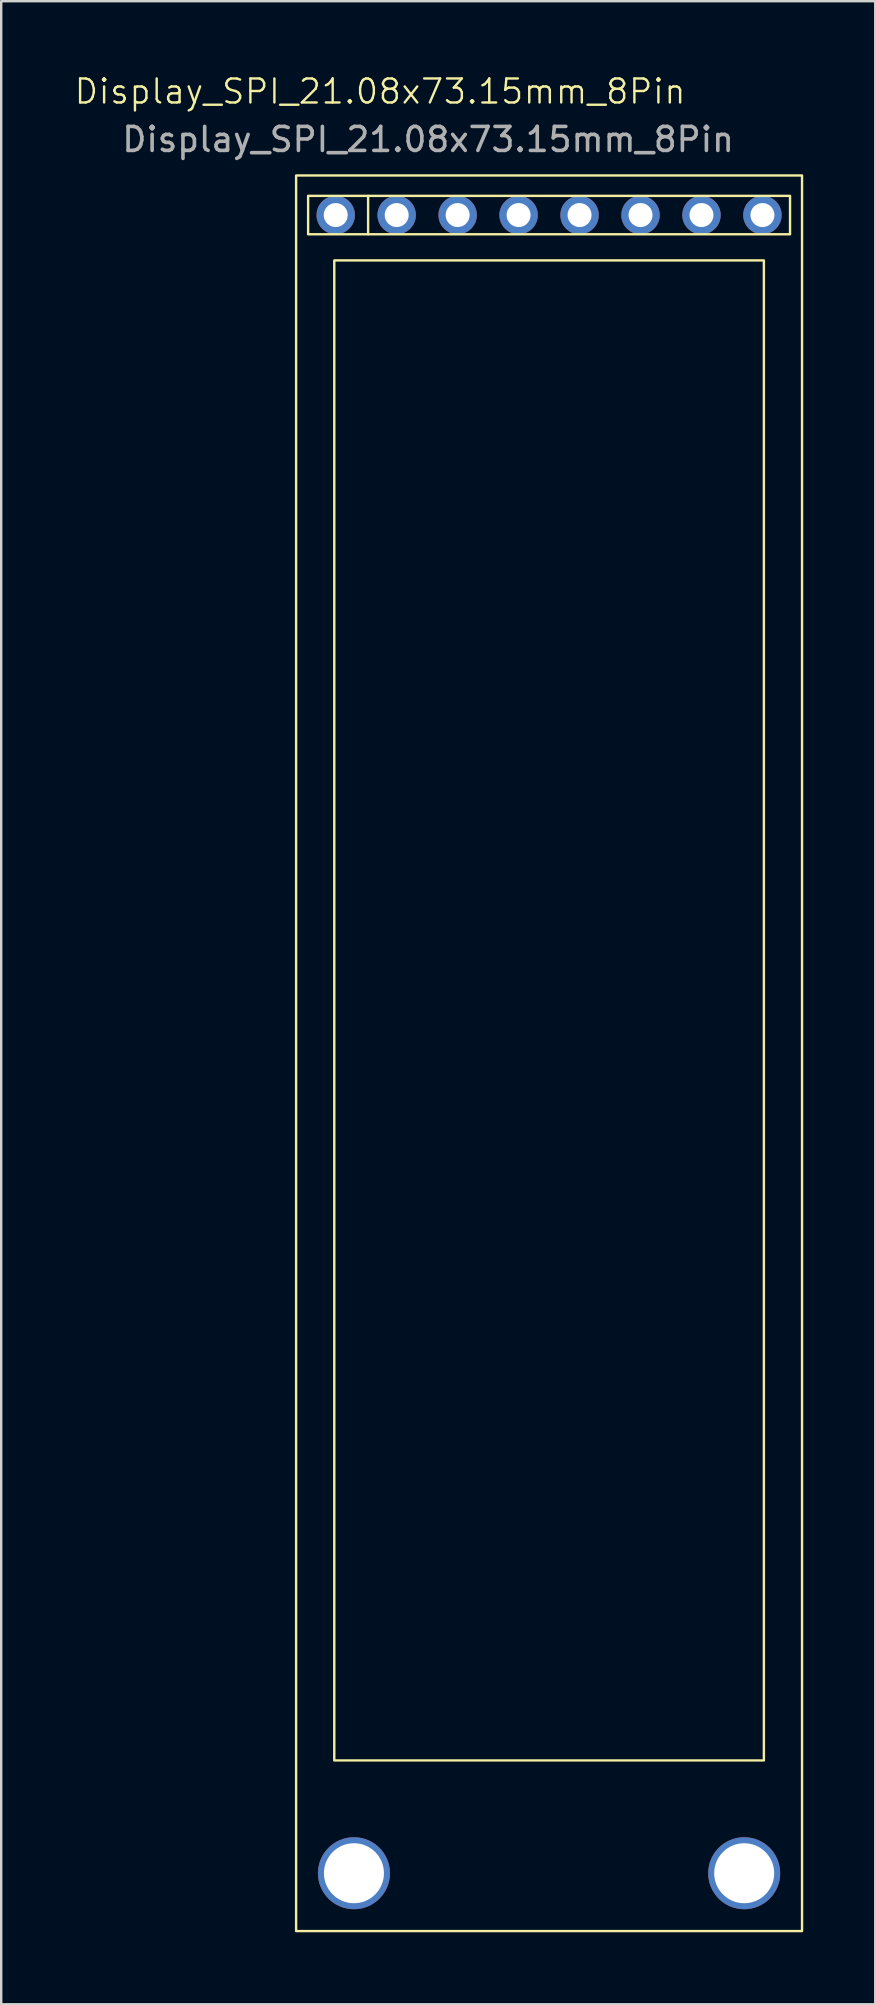
<source format=kicad_pcb>
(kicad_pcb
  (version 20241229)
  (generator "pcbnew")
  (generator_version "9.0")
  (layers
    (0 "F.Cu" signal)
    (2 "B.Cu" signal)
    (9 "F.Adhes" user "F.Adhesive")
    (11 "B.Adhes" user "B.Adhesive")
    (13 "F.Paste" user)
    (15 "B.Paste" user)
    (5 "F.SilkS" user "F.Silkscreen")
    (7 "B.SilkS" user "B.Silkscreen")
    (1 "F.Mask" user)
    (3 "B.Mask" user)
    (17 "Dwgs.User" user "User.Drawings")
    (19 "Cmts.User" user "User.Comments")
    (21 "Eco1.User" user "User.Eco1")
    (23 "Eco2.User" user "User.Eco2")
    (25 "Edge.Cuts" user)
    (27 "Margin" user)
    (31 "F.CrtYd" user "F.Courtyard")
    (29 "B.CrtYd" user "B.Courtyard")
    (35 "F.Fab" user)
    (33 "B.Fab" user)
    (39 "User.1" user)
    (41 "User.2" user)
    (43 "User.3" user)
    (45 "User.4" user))
  (footprint "Display_SPI_21.08x73.15mm_8Pin"
    (layer "F.Cu")
    (at 9.288 4.261)
    (property "Reference" "Display_SPI_21.08x73.15mm_8Pin" (at 3.5 -3.5 0) (unlocked yes) (layer "F.SilkS") (effects (font (size 1 1) (thickness 0.1))))
    (attr smd)
    (fp_line (start 3 0.85) (end 3 2.45) (stroke (width 0.1) (type solid)) (layer "F.SilkS"))
    (fp_rect (start 0 0) (end 21.08 73.15) (stroke (width 0.1) (type solid)) (fill no) (layer "F.SilkS"))
    (fp_rect (start 0.5 0.85) (end 20.58 2.45) (stroke (width 0.1) (type solid)) (fill no) (layer "F.SilkS"))
    (fp_rect (start 1.59 3.54) (end 19.49 66.04) (stroke (width 0.1) (type solid)) (fill no) (layer "F.SilkS"))
    (fp_text user "${REFERENCE}" (at 5.5 -1.5 0) (unlocked yes) (layer "F.Fab") (effects (font (size 1 1) (thickness 0.15))))
    (pad "" np_thru_hole circle (at 2.41 70.74) (size 3 3) (drill 2.5) (layers "*.Cu" "*.Mask"))
    (pad "" np_thru_hole circle (at 18.67 70.74) (size 3 3) (drill 2.5) (layers "*.Cu" "*.Mask"))
    (pad "1" thru_hole circle (at 1.65 1.65) (size 1.6 1.6) (drill 1) (layers "*.Cu" "*.Mask"))
    (pad "2" thru_hole circle (at 4.19 1.65) (size 1.6 1.6) (drill 1) (layers "*.Cu" "*.Mask"))
    (pad "3" thru_hole circle (at 6.73 1.65) (size 1.6 1.6) (drill 1) (layers "*.Cu" "*.Mask"))
    (pad "4" thru_hole circle (at 9.27 1.65) (size 1.6 1.6) (drill 1) (layers "*.Cu" "*.Mask"))
    (pad "5" thru_hole circle (at 11.81 1.65) (size 1.6 1.6) (drill 1) (layers "*.Cu" "*.Mask"))
    (pad "6" thru_hole circle (at 14.35 1.65) (size 1.6 1.6) (drill 1) (layers "*.Cu" "*.Mask"))
    (pad "7" thru_hole circle (at 16.89 1.65) (size 1.6 1.6) (drill 1) (layers "*.Cu" "*.Mask"))
    (pad "8" thru_hole circle (at 19.43 1.65) (size 1.6 1.6) (drill 1) (layers "*.Cu" "*.Mask")))
  (gr_rect
    (start -3 -3)
    (end 33.418 80.46)
    (stroke (width 0.1) (type default))
    (fill no)
    (layer "Edge.Cuts")))
</source>
